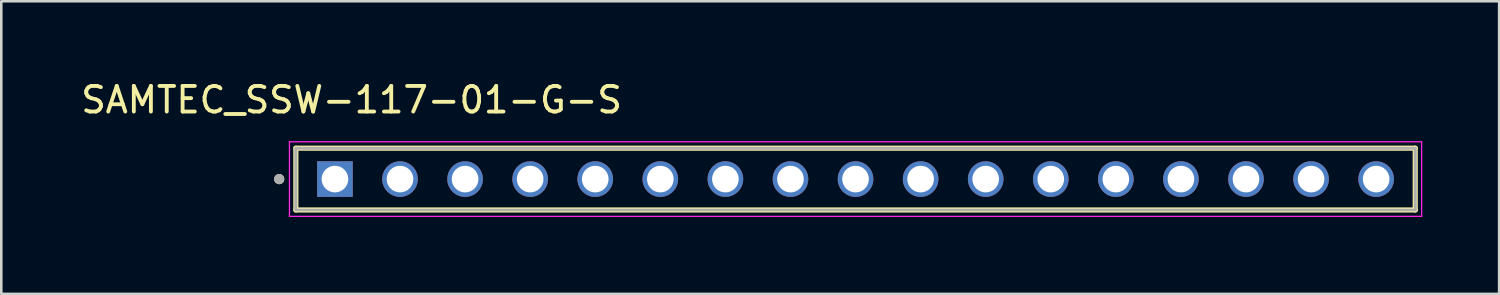
<source format=kicad_pcb>
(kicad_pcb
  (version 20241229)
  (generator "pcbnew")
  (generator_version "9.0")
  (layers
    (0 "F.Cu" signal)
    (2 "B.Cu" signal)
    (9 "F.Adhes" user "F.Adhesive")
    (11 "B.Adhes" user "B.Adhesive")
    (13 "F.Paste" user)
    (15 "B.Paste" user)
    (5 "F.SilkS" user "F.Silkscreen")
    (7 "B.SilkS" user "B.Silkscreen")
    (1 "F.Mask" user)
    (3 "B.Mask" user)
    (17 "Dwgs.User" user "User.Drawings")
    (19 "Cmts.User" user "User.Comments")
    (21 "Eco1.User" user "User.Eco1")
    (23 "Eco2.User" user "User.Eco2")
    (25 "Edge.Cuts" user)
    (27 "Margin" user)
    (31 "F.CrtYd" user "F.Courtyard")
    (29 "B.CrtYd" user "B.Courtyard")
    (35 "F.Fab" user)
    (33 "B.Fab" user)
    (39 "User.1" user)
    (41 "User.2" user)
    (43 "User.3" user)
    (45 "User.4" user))
  (footprint "SAMTEC_SSW-117-01-G-S"
    (layer "F.Cu")
    (at 10.023 3.94)
    (property "Reference" "SAMTEC_SSW-117-01-G-S" (at 0.65 -3.091 0) (layer "F.SilkS") (effects (font (size 1 1) (thickness 0.15))))
    (attr through_hole)
    (fp_line (start -1.525 1.206) (end -1.525 -1.206) (stroke (width 0.2) (type solid)) (layer "F.SilkS"))
    (fp_line (start 42.165 -1.206) (end -1.525 -1.206) (stroke (width 0.2) (type solid)) (layer "F.SilkS"))
    (fp_line (start 42.165 -1.206) (end 42.165 1.206) (stroke (width 0.2) (type solid)) (layer "F.SilkS"))
    (fp_line (start 42.165 1.206) (end -1.525 1.206) (stroke (width 0.2) (type solid)) (layer "F.SilkS"))
    (fp_circle (center -2.175 0) (end -2.075 0) (stroke (width 0.2) (type solid)) (fill no) (layer "F.SilkS"))
    (fp_line (start -1.775 -1.456) (end 42.415 -1.456) (stroke (width 0.05) (type solid)) (layer "F.CrtYd"))
    (fp_line (start -1.775 1.456) (end -1.775 -1.456) (stroke (width 0.05) (type solid)) (layer "F.CrtYd"))
    (fp_line (start 42.415 -1.456) (end 42.415 1.456) (stroke (width 0.05) (type solid)) (layer "F.CrtYd"))
    (fp_line (start 42.415 1.456) (end -1.775 1.456) (stroke (width 0.05) (type solid)) (layer "F.CrtYd"))
    (fp_line (start -1.525 -1.206) (end 42.165 -1.206) (stroke (width 0.1) (type solid)) (layer "F.Fab"))
    (fp_line (start -1.525 -1.206) (end 42.165 -1.206) (stroke (width 0.1) (type solid)) (layer "F.Fab"))
    (fp_line (start -1.525 1.206) (end -1.525 -1.206) (stroke (width 0.1) (type solid)) (layer "F.Fab"))
    (fp_line (start -1.525 1.206) (end -1.525 -1.206) (stroke (width 0.1) (type solid)) (layer "F.Fab"))
    (fp_line (start 42.165 -1.206) (end 42.165 1.206) (stroke (width 0.1) (type solid)) (layer "F.Fab"))
    (fp_line (start 42.165 -1.206) (end 42.165 1.206) (stroke (width 0.1) (type solid)) (layer "F.Fab"))
    (fp_line (start 42.165 1.206) (end -1.525 1.206) (stroke (width 0.1) (type solid)) (layer "F.Fab"))
    (fp_circle (center -2.175 0) (end -2.075 0) (stroke (width 0.2) (type solid)) (fill no) (layer "F.Fab"))
    (pad "01" thru_hole rect (at 0 0) (size 1.39 1.39) (drill 1.04) (layers "*.Cu" "*.Mask"))
    (pad "02" thru_hole circle (at 2.54 0) (size 1.39 1.39) (drill 1.04) (layers "*.Cu" "*.Mask"))
    (pad "03" thru_hole circle (at 5.08 0) (size 1.39 1.39) (drill 1.04) (layers "*.Cu" "*.Mask"))
    (pad "04" thru_hole circle (at 7.62 0) (size 1.39 1.39) (drill 1.04) (layers "*.Cu" "*.Mask"))
    (pad "05" thru_hole circle (at 10.16 0) (size 1.39 1.39) (drill 1.04) (layers "*.Cu" "*.Mask"))
    (pad "06" thru_hole circle (at 12.7 0) (size 1.39 1.39) (drill 1.04) (layers "*.Cu" "*.Mask"))
    (pad "07" thru_hole circle (at 15.24 0) (size 1.39 1.39) (drill 1.04) (layers "*.Cu" "*.Mask"))
    (pad "08" thru_hole circle (at 17.78 0) (size 1.39 1.39) (drill 1.04) (layers "*.Cu" "*.Mask"))
    (pad "09" thru_hole circle (at 20.32 0) (size 1.39 1.39) (drill 1.04) (layers "*.Cu" "*.Mask"))
    (pad "10" thru_hole circle (at 22.86 0) (size 1.39 1.39) (drill 1.04) (layers "*.Cu" "*.Mask"))
    (pad "11" thru_hole circle (at 25.4 0) (size 1.39 1.39) (drill 1.04) (layers "*.Cu" "*.Mask"))
    (pad "12" thru_hole circle (at 27.94 0) (size 1.39 1.39) (drill 1.04) (layers "*.Cu" "*.Mask"))
    (pad "13" thru_hole circle (at 30.48 0) (size 1.39 1.39) (drill 1.04) (layers "*.Cu" "*.Mask"))
    (pad "14" thru_hole circle (at 33.02 0) (size 1.39 1.39) (drill 1.04) (layers "*.Cu" "*.Mask"))
    (pad "15" thru_hole circle (at 35.56 0) (size 1.39 1.39) (drill 1.04) (layers "*.Cu" "*.Mask"))
    (pad "16" thru_hole circle (at 38.1 0) (size 1.39 1.39) (drill 1.04) (layers "*.Cu" "*.Mask"))
    (pad "17" thru_hole circle (at 40.64 0) (size 1.39 1.39) (drill 1.04) (layers "*.Cu" "*.Mask")))
  (gr_rect
    (start -3 -3)
    (end 55.463 8.421)
    (stroke (width 0.1) (type default))
    (fill no)
    (layer "Edge.Cuts")))
</source>
